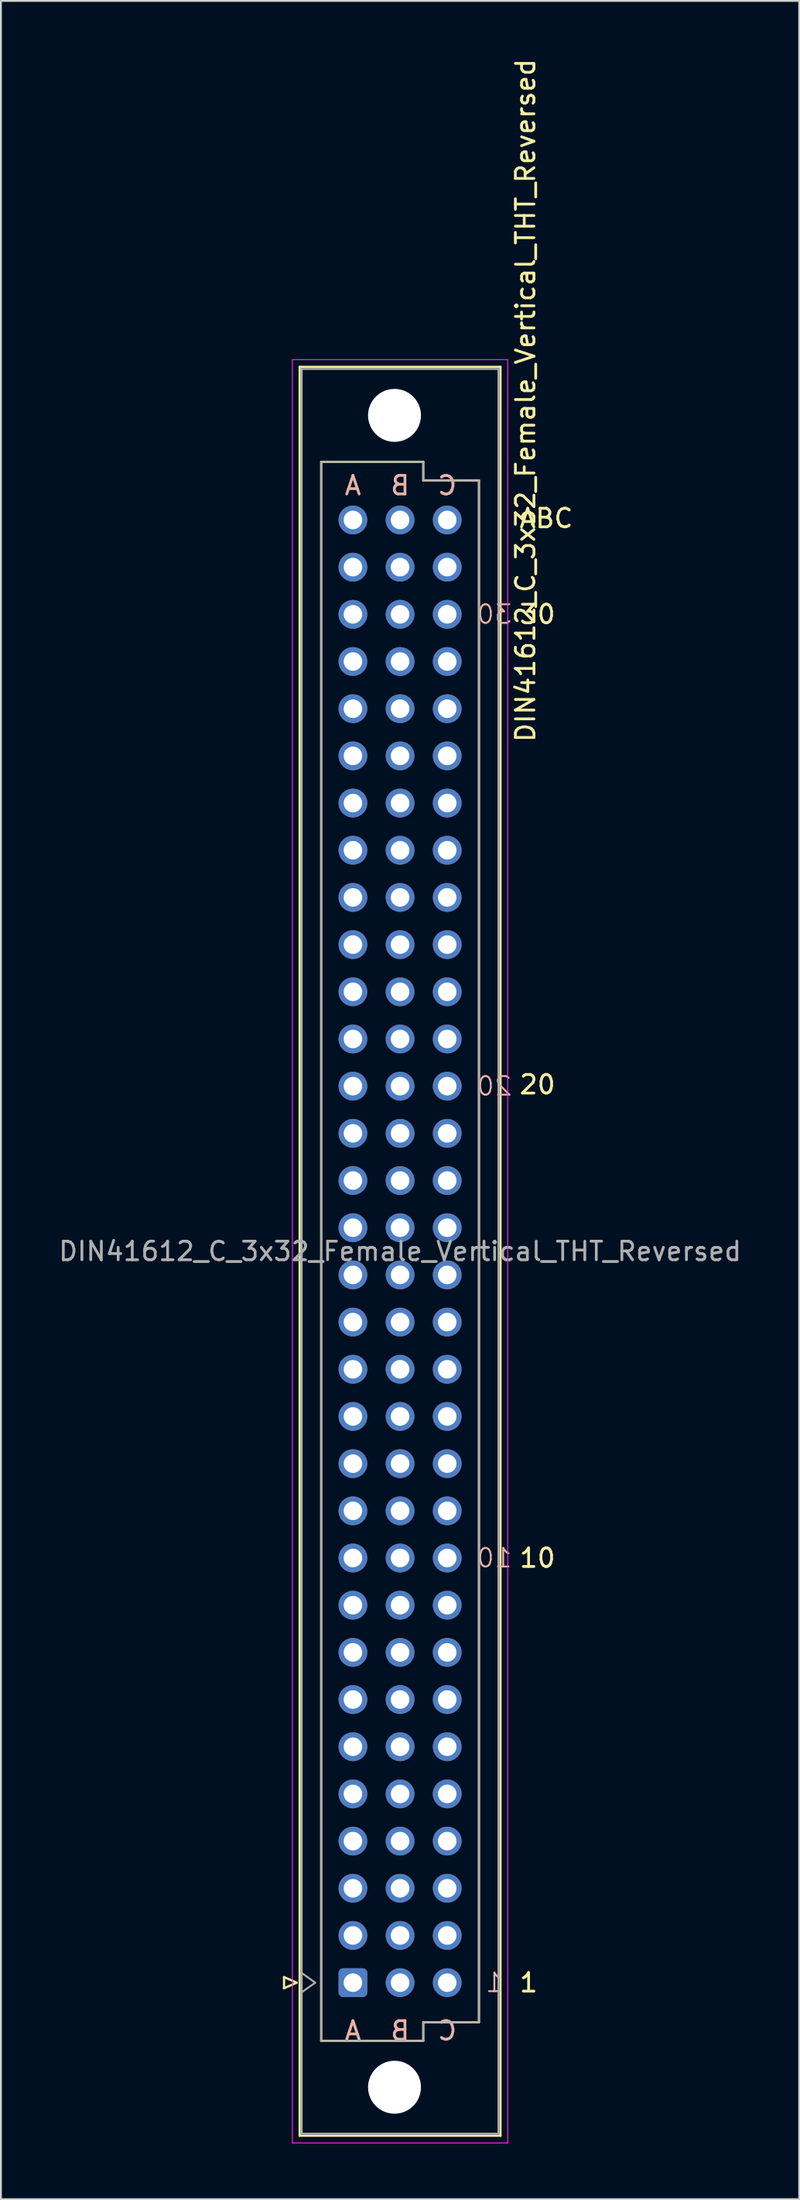
<source format=kicad_pcb>
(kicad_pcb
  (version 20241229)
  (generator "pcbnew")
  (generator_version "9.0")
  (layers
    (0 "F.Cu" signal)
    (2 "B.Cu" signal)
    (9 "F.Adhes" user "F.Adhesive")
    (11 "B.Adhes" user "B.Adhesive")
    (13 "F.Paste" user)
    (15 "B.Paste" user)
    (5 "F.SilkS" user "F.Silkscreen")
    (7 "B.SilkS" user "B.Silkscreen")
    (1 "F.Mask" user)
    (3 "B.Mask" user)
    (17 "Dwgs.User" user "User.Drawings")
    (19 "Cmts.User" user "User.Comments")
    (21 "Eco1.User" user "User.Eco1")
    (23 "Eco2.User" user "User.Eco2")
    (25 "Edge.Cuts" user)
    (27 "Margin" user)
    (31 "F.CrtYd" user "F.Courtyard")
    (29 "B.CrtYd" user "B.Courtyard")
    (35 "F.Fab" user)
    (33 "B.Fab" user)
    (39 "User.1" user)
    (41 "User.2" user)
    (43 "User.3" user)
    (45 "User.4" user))
  (footprint "DIN41612_C_3x32_Female_Vertical_THT_Reversed"
    (layer "F.Cu")
    (at 15.966 103.681)
    (property "Reference" "DIN41612_C_3x32_Female_Vertical_THT_Reversed" (at 9.298 -85.175 90) (layer "F.SilkS") (effects (font (size 1 1) (thickness 0.15))))
    (attr through_hole)
    (fp_line (start -3.712 -0.3) (end -3.712 0.3) (stroke (width 0.12) (type solid)) (layer "F.SilkS"))
    (fp_line (start -3.712 0.3) (end -3.032 0) (stroke (width 0.12) (type solid)) (layer "F.SilkS"))
    (fp_line (start -3.032 0) (end -3.712 -0.3) (stroke (width 0.12) (type solid)) (layer "F.SilkS"))
    (fp_line (start -2.87 -86.98) (end 7.95 -86.98) (stroke (width 0.12) (type solid)) (layer "F.SilkS"))
    (fp_line (start -2.87 8.24) (end -2.87 -86.98) (stroke (width 0.12) (type solid)) (layer "F.SilkS"))
    (fp_line (start -1.71 -81.871) (end 3.79 -81.871) (stroke (width 0.12) (type solid)) (layer "F.SilkS"))
    (fp_line (start -1.71 3.13) (end -1.71 -81.871) (stroke (width 0.12) (type solid)) (layer "F.SilkS"))
    (fp_line (start 3.79 -81.871) (end 3.79 -80.871) (stroke (width 0.12) (type solid)) (layer "F.SilkS"))
    (fp_line (start 3.79 -80.871) (end 6.79 -80.871) (stroke (width 0.12) (type solid)) (layer "F.SilkS"))
    (fp_line (start 3.79 2.13) (end 3.79 3.13) (stroke (width 0.12) (type solid)) (layer "F.SilkS"))
    (fp_line (start 3.79 3.13) (end -1.71 3.13) (stroke (width 0.12) (type solid)) (layer "F.SilkS"))
    (fp_line (start 6.79 -80.871) (end 6.79 2.13) (stroke (width 0.12) (type solid)) (layer "F.SilkS"))
    (fp_line (start 6.79 2.13) (end 3.79 2.13) (stroke (width 0.12) (type solid)) (layer "F.SilkS"))
    (fp_line (start 7.95 -86.98) (end 7.95 8.24) (stroke (width 0.12) (type solid)) (layer "F.SilkS"))
    (fp_line (start 7.95 8.24) (end -2.87 8.24) (stroke (width 0.12) (type solid)) (layer "F.SilkS"))
    (fp_line (start -3.26 -87.37) (end 8.34 -87.37) (stroke (width 0.05) (type solid)) (layer "F.CrtYd"))
    (fp_line (start -3.26 8.63) (end -3.26 -87.37) (stroke (width 0.05) (type solid)) (layer "F.CrtYd"))
    (fp_line (start 8.34 -87.37) (end 8.34 8.63) (stroke (width 0.05) (type solid)) (layer "F.CrtYd"))
    (fp_line (start 8.34 8.63) (end -3.26 8.63) (stroke (width 0.05) (type solid)) (layer "F.CrtYd"))
    (fp_line (start -2.76 -86.87) (end 7.84 -86.87) (stroke (width 0.1) (type solid)) (layer "F.Fab"))
    (fp_line (start -2.76 8.13) (end -2.76 -86.87) (stroke (width 0.1) (type solid)) (layer "F.Fab"))
    (fp_line (start -2.732 -0.5) (end -2.032 0) (stroke (width 0.1) (type solid)) (layer "F.Fab"))
    (fp_line (start -2.032 0) (end -2.732 0.5) (stroke (width 0.1) (type solid)) (layer "F.Fab"))
    (fp_line (start -1.71 -81.87) (end 3.79 -81.87) (stroke (width 0.1) (type solid)) (layer "F.Fab"))
    (fp_line (start -1.71 3.13) (end -1.71 -81.87) (stroke (width 0.1) (type solid)) (layer "F.Fab"))
    (fp_line (start 3.79 -81.87) (end 3.79 -80.87) (stroke (width 0.1) (type solid)) (layer "F.Fab"))
    (fp_line (start 3.79 -80.87) (end 6.79 -80.87) (stroke (width 0.1) (type solid)) (layer "F.Fab"))
    (fp_line (start 3.79 2.13) (end 3.79 3.13) (stroke (width 0.1) (type solid)) (layer "F.Fab"))
    (fp_line (start 3.79 3.13) (end -1.71 3.13) (stroke (width 0.1) (type solid)) (layer "F.Fab"))
    (fp_line (start 6.79 -80.87) (end 6.79 2.13) (stroke (width 0.1) (type solid)) (layer "F.Fab"))
    (fp_line (start 6.79 2.13) (end 3.79 2.13) (stroke (width 0.1) (type solid)) (layer "F.Fab"))
    (fp_line (start 7.84 -86.87) (end 7.84 8.13) (stroke (width 0.1) (type solid)) (layer "F.Fab"))
    (fp_line (start 7.84 8.13) (end -2.76 8.13) (stroke (width 0.1) (type solid)) (layer "F.Fab"))
    (fp_text user "30" (at 8.89 -73.66 0) (layer "F.SilkS") (effects (font (size 1 1) (thickness 0.15)) (justify left)))
    (fp_text user "20" (at 8.89 -48.345 0) (layer "F.SilkS") (effects (font (size 1 1) (thickness 0.15)) (justify left)))
    (fp_text user "10" (at 8.89 -22.86 0) (layer "F.SilkS") (effects (font (size 1 1) (thickness 0.15)) (justify left)))
    (fp_text user "ABC" (at 8.89 -78.825 0) (unlocked yes) (layer "F.SilkS") (effects (font (size 1 1) (thickness 0.15)) (justify left)))
    (fp_text user "1" (at 8.89 0 0) (layer "F.SilkS") (effects (font (size 1 1) (thickness 0.15)) (justify left)))
    (fp_text user "B" (at 2.54 3.175 0) (layer "B.SilkS") (effects (font (size 1 1) (thickness 0.15)) (justify bottom mirror)))
    (fp_text user "B" (at 2.54 -80.01 0) (layer "B.SilkS") (effects (font (size 1 1) (thickness 0.15)) (justify bottom mirror)))
    (fp_text user "C" (at 5.08 3.175 0) (layer "B.SilkS") (effects (font (size 1 1) (thickness 0.15)) (justify bottom mirror)))
    (fp_text user "1" (at 7.62 0 0) (layer "B.SilkS") (effects (font (size 1 1) (thickness 0.1)) (justify mirror)))
    (fp_text user "A" (at 0 -80.01 0) (layer "B.SilkS") (effects (font (size 1 1) (thickness 0.15)) (justify bottom mirror)))
    (fp_text user "30" (at 7.62 -73.66 0) (unlocked yes) (layer "B.SilkS") (effects (font (size 1 1) (thickness 0.1)) (justify mirror)))
    (fp_text user "C" (at 5.08 -80.01 0) (layer "B.SilkS") (effects (font (size 1 1) (thickness 0.15)) (justify bottom mirror)))
    (fp_text user "10" (at 7.62 -22.86 0) (layer "B.SilkS") (effects (font (size 1 1) (thickness 0.1)) (justify mirror)))
    (fp_text user "20" (at 7.62 -48.26 0) (unlocked yes) (layer "B.SilkS") (effects (font (size 1 1) (thickness 0.1)) (justify mirror)))
    (fp_text user "A" (at 0 3.175 0) (layer "B.SilkS") (effects (font (size 1 1) (thickness 0.15)) (justify bottom mirror)))
    (fp_text user "${REFERENCE}" (at 2.54 -39.37 0) (layer "F.Fab") (effects (font (size 1 1) (thickness 0.15))))
    (pad "" np_thru_hole circle (at 2.24 -84.37) (size 2.85 2.85) (drill 2.85) (layers "*.Cu" "*.Mask"))
    (pad "" np_thru_hole circle (at 2.24 5.63) (size 2.85 2.85) (drill 2.85) (layers "*.Cu" "*.Mask"))
    (pad "a1" thru_hole roundrect (at 0 0) (size 1.55 1.55) (drill 1) (layers "*.Cu" "*.Mask") (roundrect_rratio 0.161))
    (pad "a2" thru_hole circle (at 0 -2.54) (size 1.55 1.55) (drill 1) (layers "*.Cu" "*.Mask"))
    (pad "a3" thru_hole circle (at 0 -5.08) (size 1.55 1.55) (drill 1) (layers "*.Cu" "*.Mask"))
    (pad "a4" thru_hole circle (at 0 -7.62) (size 1.55 1.55) (drill 1) (layers "*.Cu" "*.Mask"))
    (pad "a5" thru_hole circle (at 0 -10.16) (size 1.55 1.55) (drill 1) (layers "*.Cu" "*.Mask"))
    (pad "a6" thru_hole circle (at 0 -12.7) (size 1.55 1.55) (drill 1) (layers "*.Cu" "*.Mask"))
    (pad "a7" thru_hole circle (at 0 -15.24) (size 1.55 1.55) (drill 1) (layers "*.Cu" "*.Mask"))
    (pad "a8" thru_hole circle (at 0 -17.78) (size 1.55 1.55) (drill 1) (layers "*.Cu" "*.Mask"))
    (pad "a9" thru_hole circle (at 0 -20.32) (size 1.55 1.55) (drill 1) (layers "*.Cu" "*.Mask"))
    (pad "a10" thru_hole circle (at 0 -22.86) (size 1.55 1.55) (drill 1) (layers "*.Cu" "*.Mask"))
    (pad "a11" thru_hole circle (at 0 -25.4) (size 1.55 1.55) (drill 1) (layers "*.Cu" "*.Mask"))
    (pad "a12" thru_hole circle (at 0 -27.94) (size 1.55 1.55) (drill 1) (layers "*.Cu" "*.Mask"))
    (pad "a13" thru_hole circle (at 0 -30.48) (size 1.55 1.55) (drill 1) (layers "*.Cu" "*.Mask"))
    (pad "a14" thru_hole circle (at 0 -33.02) (size 1.55 1.55) (drill 1) (layers "*.Cu" "*.Mask"))
    (pad "a15" thru_hole circle (at 0 -35.56) (size 1.55 1.55) (drill 1) (layers "*.Cu" "*.Mask"))
    (pad "a16" thru_hole circle (at 0 -38.1) (size 1.55 1.55) (drill 1) (layers "*.Cu" "*.Mask"))
    (pad "a17" thru_hole circle (at 0 -40.64) (size 1.55 1.55) (drill 1) (layers "*.Cu" "*.Mask"))
    (pad "a18" thru_hole circle (at 0 -43.18) (size 1.55 1.55) (drill 1) (layers "*.Cu" "*.Mask"))
    (pad "a19" thru_hole circle (at 0 -45.72) (size 1.55 1.55) (drill 1) (layers "*.Cu" "*.Mask"))
    (pad "a20" thru_hole circle (at 0 -48.26) (size 1.55 1.55) (drill 1) (layers "*.Cu" "*.Mask"))
    (pad "a21" thru_hole circle (at 0 -50.8) (size 1.55 1.55) (drill 1) (layers "*.Cu" "*.Mask"))
    (pad "a22" thru_hole circle (at 0 -53.34) (size 1.55 1.55) (drill 1) (layers "*.Cu" "*.Mask"))
    (pad "a23" thru_hole circle (at 0 -55.88) (size 1.55 1.55) (drill 1) (layers "*.Cu" "*.Mask"))
    (pad "a24" thru_hole circle (at 0 -58.42) (size 1.55 1.55) (drill 1) (layers "*.Cu" "*.Mask"))
    (pad "a25" thru_hole circle (at 0 -60.96) (size 1.55 1.55) (drill 1) (layers "*.Cu" "*.Mask"))
    (pad "a26" thru_hole circle (at 0 -63.5) (size 1.55 1.55) (drill 1) (layers "*.Cu" "*.Mask"))
    (pad "a27" thru_hole circle (at 0 -66.04) (size 1.55 1.55) (drill 1) (layers "*.Cu" "*.Mask"))
    (pad "a28" thru_hole circle (at 0 -68.58) (size 1.55 1.55) (drill 1) (layers "*.Cu" "*.Mask"))
    (pad "a29" thru_hole circle (at 0 -71.12) (size 1.55 1.55) (drill 1) (layers "*.Cu" "*.Mask"))
    (pad "a30" thru_hole circle (at 0 -73.66) (size 1.55 1.55) (drill 1) (layers "*.Cu" "*.Mask"))
    (pad "a31" thru_hole circle (at 0 -76.2) (size 1.55 1.55) (drill 1) (layers "*.Cu" "*.Mask"))
    (pad "a32" thru_hole circle (at 0 -78.74) (size 1.55 1.55) (drill 1) (layers "*.Cu" "*.Mask"))
    (pad "b1" thru_hole circle (at 2.54 0) (size 1.55 1.55) (drill 1) (layers "*.Cu" "*.Mask"))
    (pad "b2" thru_hole circle (at 2.54 -2.54) (size 1.55 1.55) (drill 1) (layers "*.Cu" "*.Mask"))
    (pad "b3" thru_hole circle (at 2.54 -5.08) (size 1.55 1.55) (drill 1) (layers "*.Cu" "*.Mask"))
    (pad "b4" thru_hole circle (at 2.54 -7.62) (size 1.55 1.55) (drill 1) (layers "*.Cu" "*.Mask"))
    (pad "b5" thru_hole circle (at 2.54 -10.16) (size 1.55 1.55) (drill 1) (layers "*.Cu" "*.Mask"))
    (pad "b6" thru_hole circle (at 2.54 -12.7) (size 1.55 1.55) (drill 1) (layers "*.Cu" "*.Mask"))
    (pad "b7" thru_hole circle (at 2.54 -15.24) (size 1.55 1.55) (drill 1) (layers "*.Cu" "*.Mask"))
    (pad "b8" thru_hole circle (at 2.54 -17.78) (size 1.55 1.55) (drill 1) (layers "*.Cu" "*.Mask"))
    (pad "b9" thru_hole circle (at 2.54 -20.32) (size 1.55 1.55) (drill 1) (layers "*.Cu" "*.Mask"))
    (pad "b10" thru_hole circle (at 2.54 -22.86) (size 1.55 1.55) (drill 1) (layers "*.Cu" "*.Mask"))
    (pad "b11" thru_hole circle (at 2.54 -25.4) (size 1.55 1.55) (drill 1) (layers "*.Cu" "*.Mask"))
    (pad "b12" thru_hole circle (at 2.54 -27.94) (size 1.55 1.55) (drill 1) (layers "*.Cu" "*.Mask"))
    (pad "b13" thru_hole circle (at 2.54 -30.48) (size 1.55 1.55) (drill 1) (layers "*.Cu" "*.Mask"))
    (pad "b14" thru_hole circle (at 2.54 -33.02) (size 1.55 1.55) (drill 1) (layers "*.Cu" "*.Mask"))
    (pad "b15" thru_hole circle (at 2.54 -35.56) (size 1.55 1.55) (drill 1) (layers "*.Cu" "*.Mask"))
    (pad "b16" thru_hole circle (at 2.54 -38.1) (size 1.55 1.55) (drill 1) (layers "*.Cu" "*.Mask"))
    (pad "b17" thru_hole circle (at 2.54 -40.64) (size 1.55 1.55) (drill 1) (layers "*.Cu" "*.Mask"))
    (pad "b18" thru_hole circle (at 2.54 -43.18) (size 1.55 1.55) (drill 1) (layers "*.Cu" "*.Mask"))
    (pad "b19" thru_hole circle (at 2.54 -45.72) (size 1.55 1.55) (drill 1) (layers "*.Cu" "*.Mask"))
    (pad "b20" thru_hole circle (at 2.54 -48.26) (size 1.55 1.55) (drill 1) (layers "*.Cu" "*.Mask"))
    (pad "b21" thru_hole circle (at 2.54 -50.8) (size 1.55 1.55) (drill 1) (layers "*.Cu" "*.Mask"))
    (pad "b22" thru_hole circle (at 2.54 -53.34) (size 1.55 1.55) (drill 1) (layers "*.Cu" "*.Mask"))
    (pad "b23" thru_hole circle (at 2.54 -55.88) (size 1.55 1.55) (drill 1) (layers "*.Cu" "*.Mask"))
    (pad "b24" thru_hole circle (at 2.54 -58.42) (size 1.55 1.55) (drill 1) (layers "*.Cu" "*.Mask"))
    (pad "b25" thru_hole circle (at 2.54 -60.96) (size 1.55 1.55) (drill 1) (layers "*.Cu" "*.Mask"))
    (pad "b26" thru_hole circle (at 2.54 -63.5) (size 1.55 1.55) (drill 1) (layers "*.Cu" "*.Mask"))
    (pad "b27" thru_hole circle (at 2.54 -66.04) (size 1.55 1.55) (drill 1) (layers "*.Cu" "*.Mask"))
    (pad "b28" thru_hole circle (at 2.54 -68.58) (size 1.55 1.55) (drill 1) (layers "*.Cu" "*.Mask"))
    (pad "b29" thru_hole circle (at 2.54 -71.12) (size 1.55 1.55) (drill 1) (layers "*.Cu" "*.Mask"))
    (pad "b30" thru_hole circle (at 2.54 -73.66) (size 1.55 1.55) (drill 1) (layers "*.Cu" "*.Mask"))
    (pad "b31" thru_hole circle (at 2.54 -76.2) (size 1.55 1.55) (drill 1) (layers "*.Cu" "*.Mask"))
    (pad "b32" thru_hole circle (at 2.54 -78.74) (size 1.55 1.55) (drill 1) (layers "*.Cu" "*.Mask"))
    (pad "c1" thru_hole circle (at 5.08 0) (size 1.55 1.55) (drill 1) (layers "*.Cu" "*.Mask"))
    (pad "c2" thru_hole circle (at 5.08 -2.54) (size 1.55 1.55) (drill 1) (layers "*.Cu" "*.Mask"))
    (pad "c3" thru_hole circle (at 5.08 -5.08) (size 1.55 1.55) (drill 1) (layers "*.Cu" "*.Mask"))
    (pad "c4" thru_hole circle (at 5.08 -7.62) (size 1.55 1.55) (drill 1) (layers "*.Cu" "*.Mask"))
    (pad "c5" thru_hole circle (at 5.08 -10.16) (size 1.55 1.55) (drill 1) (layers "*.Cu" "*.Mask"))
    (pad "c6" thru_hole circle (at 5.08 -12.7) (size 1.55 1.55) (drill 1) (layers "*.Cu" "*.Mask"))
    (pad "c7" thru_hole circle (at 5.08 -15.24) (size 1.55 1.55) (drill 1) (layers "*.Cu" "*.Mask"))
    (pad "c8" thru_hole circle (at 5.08 -17.78) (size 1.55 1.55) (drill 1) (layers "*.Cu" "*.Mask"))
    (pad "c9" thru_hole circle (at 5.08 -20.32) (size 1.55 1.55) (drill 1) (layers "*.Cu" "*.Mask"))
    (pad "c10" thru_hole circle (at 5.08 -22.86) (size 1.55 1.55) (drill 1) (layers "*.Cu" "*.Mask"))
    (pad "c11" thru_hole circle (at 5.08 -25.4) (size 1.55 1.55) (drill 1) (layers "*.Cu" "*.Mask"))
    (pad "c12" thru_hole circle (at 5.08 -27.94) (size 1.55 1.55) (drill 1) (layers "*.Cu" "*.Mask"))
    (pad "c13" thru_hole circle (at 5.08 -30.48) (size 1.55 1.55) (drill 1) (layers "*.Cu" "*.Mask"))
    (pad "c14" thru_hole circle (at 5.08 -33.02) (size 1.55 1.55) (drill 1) (layers "*.Cu" "*.Mask"))
    (pad "c15" thru_hole circle (at 5.08 -35.56) (size 1.55 1.55) (drill 1) (layers "*.Cu" "*.Mask"))
    (pad "c16" thru_hole circle (at 5.08 -38.1) (size 1.55 1.55) (drill 1) (layers "*.Cu" "*.Mask"))
    (pad "c17" thru_hole circle (at 5.08 -40.64) (size 1.55 1.55) (drill 1) (layers "*.Cu" "*.Mask"))
    (pad "c18" thru_hole circle (at 5.08 -43.18) (size 1.55 1.55) (drill 1) (layers "*.Cu" "*.Mask"))
    (pad "c19" thru_hole circle (at 5.08 -45.72) (size 1.55 1.55) (drill 1) (layers "*.Cu" "*.Mask"))
    (pad "c20" thru_hole circle (at 5.08 -48.26) (size 1.55 1.55) (drill 1) (layers "*.Cu" "*.Mask"))
    (pad "c21" thru_hole circle (at 5.08 -50.8) (size 1.55 1.55) (drill 1) (layers "*.Cu" "*.Mask"))
    (pad "c22" thru_hole circle (at 5.08 -53.34) (size 1.55 1.55) (drill 1) (layers "*.Cu" "*.Mask"))
    (pad "c23" thru_hole circle (at 5.08 -55.88) (size 1.55 1.55) (drill 1) (layers "*.Cu" "*.Mask"))
    (pad "c24" thru_hole circle (at 5.08 -58.42) (size 1.55 1.55) (drill 1) (layers "*.Cu" "*.Mask"))
    (pad "c25" thru_hole circle (at 5.08 -60.96) (size 1.55 1.55) (drill 1) (layers "*.Cu" "*.Mask"))
    (pad "c26" thru_hole circle (at 5.08 -63.5) (size 1.55 1.55) (drill 1) (layers "*.Cu" "*.Mask"))
    (pad "c27" thru_hole circle (at 5.08 -66.04) (size 1.55 1.55) (drill 1) (layers "*.Cu" "*.Mask"))
    (pad "c28" thru_hole circle (at 5.08 -68.58) (size 1.55 1.55) (drill 1) (layers "*.Cu" "*.Mask"))
    (pad "c29" thru_hole circle (at 5.08 -71.12) (size 1.55 1.55) (drill 1) (layers "*.Cu" "*.Mask"))
    (pad "c30" thru_hole circle (at 5.08 -73.66) (size 1.55 1.55) (drill 1) (layers "*.Cu" "*.Mask"))
    (pad "c31" thru_hole circle (at 5.08 -76.2) (size 1.55 1.55) (drill 1) (layers "*.Cu" "*.Mask"))
    (pad "c32" thru_hole circle (at 5.08 -78.74) (size 1.55 1.55) (drill 1) (layers "*.Cu" "*.Mask")))
  (gr_rect
    (start -3 -3)
    (end 40.012 115.336)
    (stroke (width 0.1) (type default))
    (fill no)
    (layer "Edge.Cuts")))
</source>
